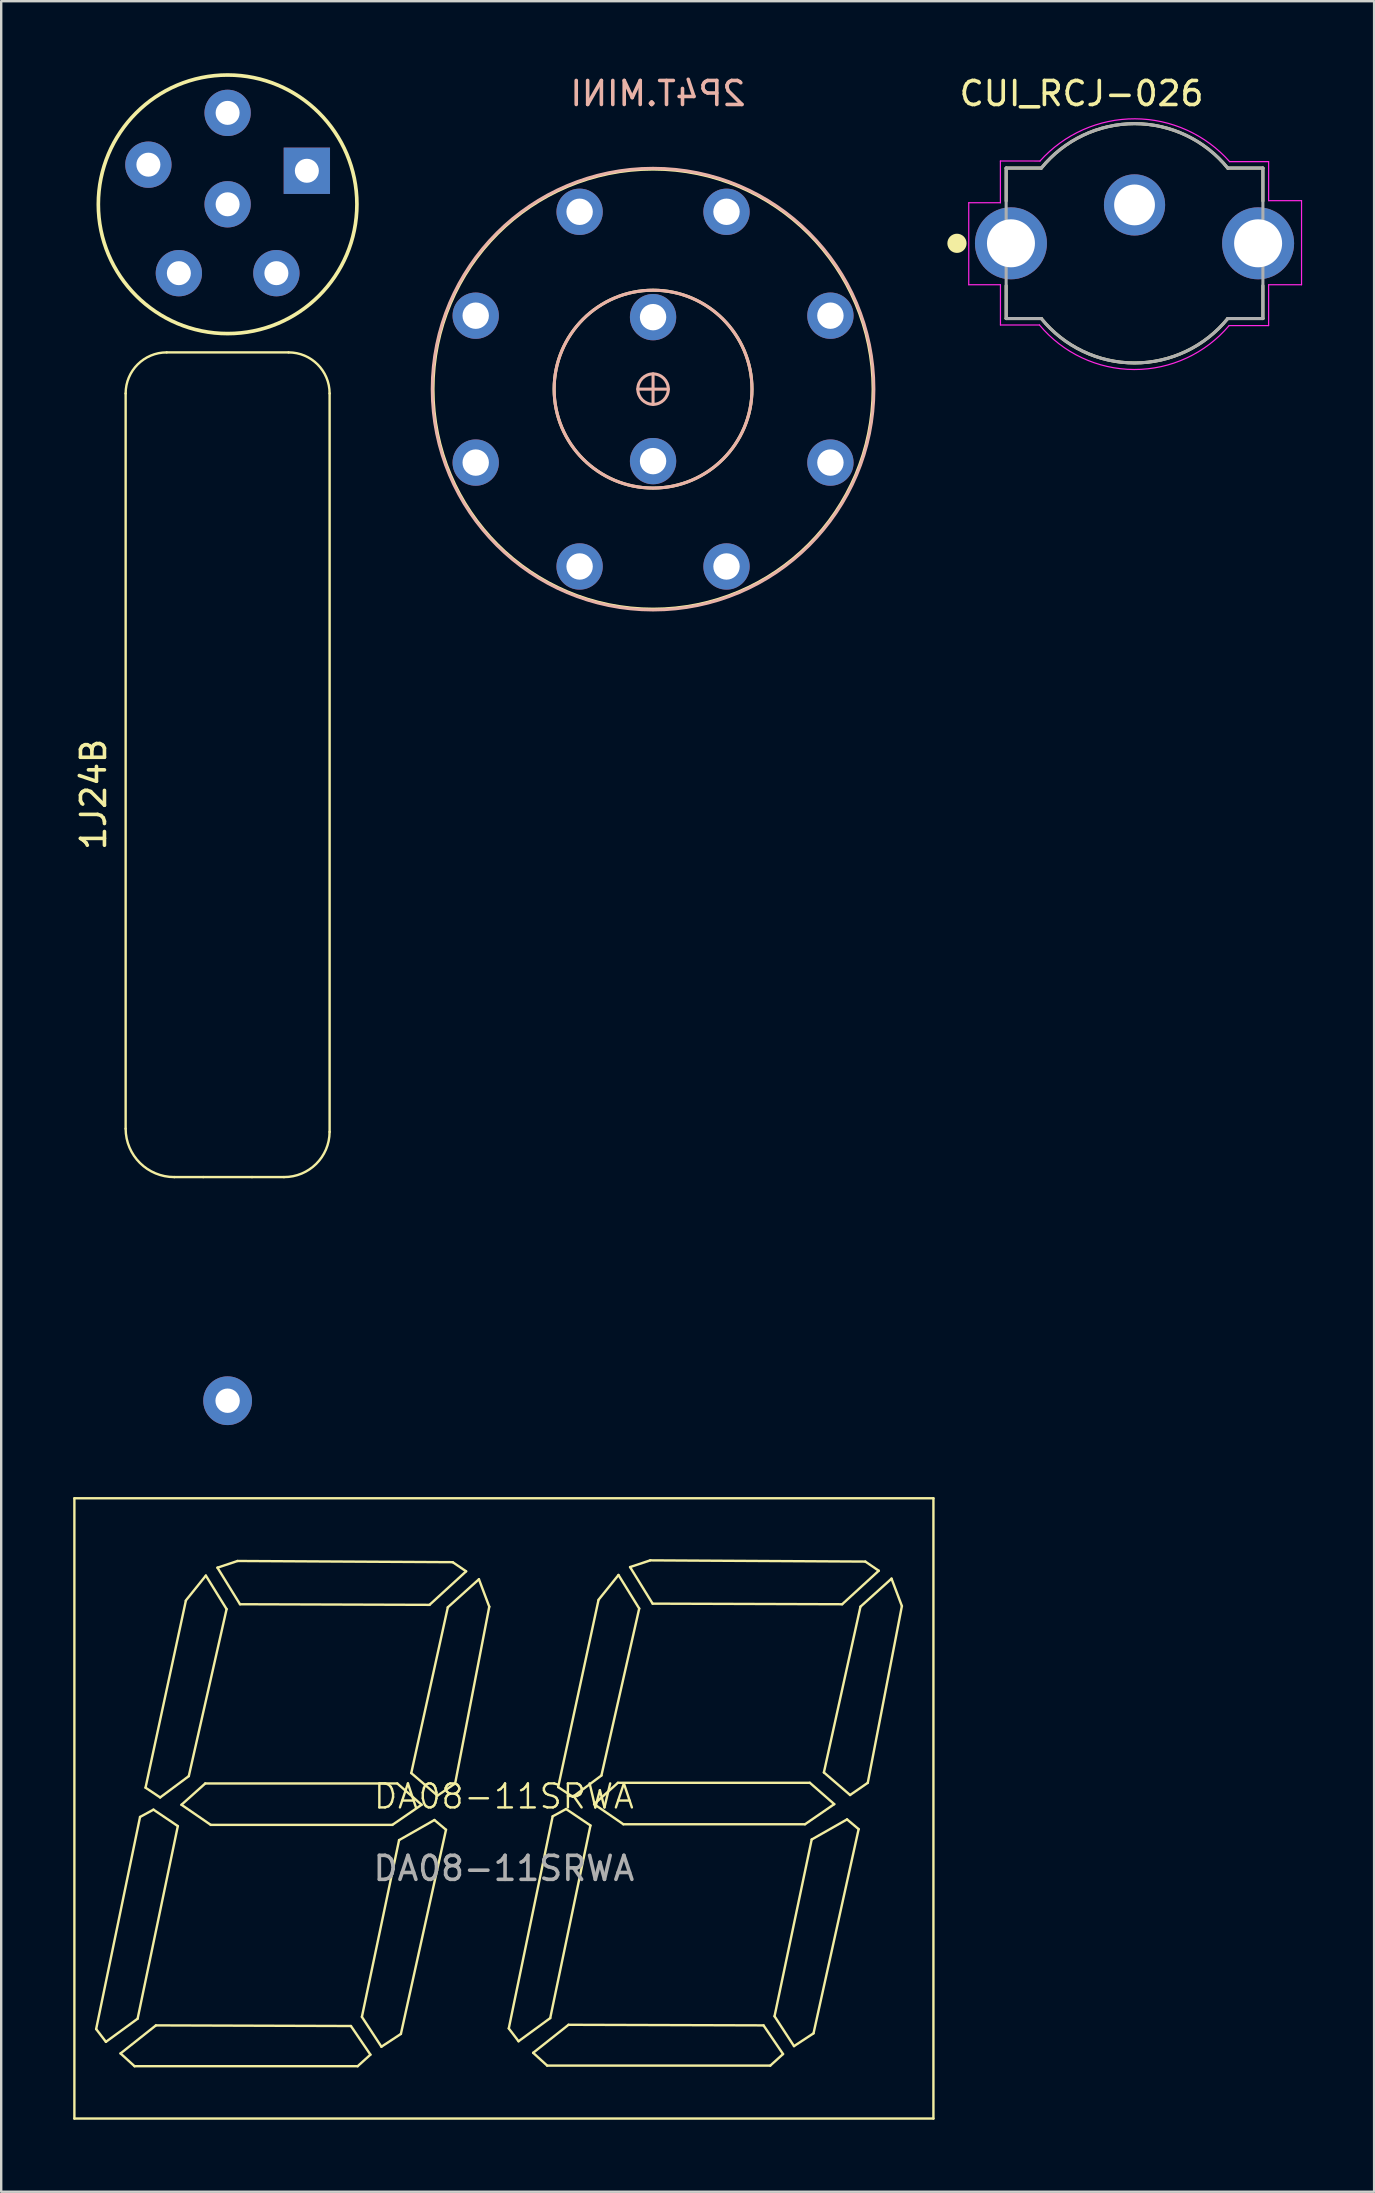
<source format=kicad_pcb>
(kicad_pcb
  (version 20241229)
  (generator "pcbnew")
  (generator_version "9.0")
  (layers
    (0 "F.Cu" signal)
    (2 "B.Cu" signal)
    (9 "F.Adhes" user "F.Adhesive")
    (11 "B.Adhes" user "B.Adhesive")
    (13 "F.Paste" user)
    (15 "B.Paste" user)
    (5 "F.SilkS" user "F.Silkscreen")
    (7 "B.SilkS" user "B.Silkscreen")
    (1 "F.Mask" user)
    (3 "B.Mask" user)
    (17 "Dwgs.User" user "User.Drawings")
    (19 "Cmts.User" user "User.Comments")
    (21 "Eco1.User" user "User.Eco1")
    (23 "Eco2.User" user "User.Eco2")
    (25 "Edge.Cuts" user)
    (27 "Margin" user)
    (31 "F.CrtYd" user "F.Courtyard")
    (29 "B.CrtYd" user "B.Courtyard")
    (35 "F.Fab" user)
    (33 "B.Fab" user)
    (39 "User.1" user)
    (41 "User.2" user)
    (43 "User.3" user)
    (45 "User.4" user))
  (footprint "DA08-11SRWA"
    (layer "F.Cu")
    (at 17.95 72.315)
    (property "Reference" "DA08-11SRWA" (at 0 -0.5 0) (unlocked yes) (layer "F.SilkS") (effects (font (size 1 1) (thickness 0.1))))
    (attr smd)
    (fp_line (start -17.9 -12.925) (end -17.9 12.925) (stroke (width 0.1) (type default)) (layer "F.SilkS"))
    (fp_line (start -17.9 12.925) (end 17.9 12.925) (stroke (width 0.1) (type default)) (layer "F.SilkS"))
    (fp_line (start -16.993 9.195) (end -16.586 9.728) (stroke (width 0.1) (type default)) (layer "F.SilkS"))
    (fp_line (start -16.586 9.728) (end -15.265 8.763) (stroke (width 0.1) (type default)) (layer "F.SilkS"))
    (fp_line (start -15.977 10.211) (end -15.392 10.744) (stroke (width 0.1) (type default)) (layer "F.SilkS"))
    (fp_line (start -15.392 10.744) (end -6.096 10.744) (stroke (width 0.1) (type default)) (layer "F.SilkS"))
    (fp_line (start -15.265 8.763) (end -13.589 0.737) (stroke (width 0.1) (type default)) (layer "F.SilkS"))
    (fp_line (start -15.164 0.356) (end -16.993 9.195) (stroke (width 0.1) (type default)) (layer "F.SilkS"))
    (fp_line (start -14.605 0.051) (end -15.164 0.356) (stroke (width 0.1) (type default)) (layer "F.SilkS"))
    (fp_line (start -14.503 9.042) (end -15.977 10.211) (stroke (width 0.1) (type default)) (layer "F.SilkS"))
    (fp_line (start -14.326 -0.457) (end -14.935 -0.864) (stroke (width 0.1) (type default)) (layer "F.SilkS"))
    (fp_line (start -14.326 -0.457) (end -13.132 -1.346) (stroke (width 0.1) (type default)) (layer "F.SilkS"))
    (fp_line (start -13.589 0.737) (end -14.605 0.051) (stroke (width 0.1) (type default)) (layer "F.SilkS"))
    (fp_line (start -13.437 -0.152) (end -12.446 -1.041) (stroke (width 0.1) (type default)) (layer "F.SilkS"))
    (fp_line (start -13.259 -8.636) (end -14.935 -0.864) (stroke (width 0.1) (type default)) (layer "F.SilkS"))
    (fp_line (start -13.132 -1.346) (end -11.557 -8.306) (stroke (width 0.1) (type default)) (layer "F.SilkS"))
    (fp_line (start -12.446 -1.041) (end -4.445 -1.041) (stroke (width 0.1) (type default)) (layer "F.SilkS"))
    (fp_line (start -12.421 -9.703) (end -13.259 -8.661) (stroke (width 0.1) (type default)) (layer "F.SilkS"))
    (fp_line (start -12.217 0.686) (end -13.437 -0.152) (stroke (width 0.1) (type default)) (layer "F.SilkS"))
    (fp_line (start -11.938 -10.033) (end -10.998 -8.509) (stroke (width 0.1) (type default)) (layer "F.SilkS"))
    (fp_line (start -11.557 -8.306) (end -12.421 -9.703) (stroke (width 0.1) (type default)) (layer "F.SilkS"))
    (fp_line (start -11.1 -10.312) (end -11.938 -10.033) (stroke (width 0.1) (type default)) (layer "F.SilkS"))
    (fp_line (start -10.998 -8.509) (end -3.099 -8.484) (stroke (width 0.1) (type default)) (layer "F.SilkS"))
    (fp_line (start -6.375 9.068) (end -14.503 9.042) (stroke (width 0.1) (type default)) (layer "F.SilkS"))
    (fp_line (start -6.096 10.744) (end -5.563 10.262) (stroke (width 0.1) (type default)) (layer "F.SilkS"))
    (fp_line (start -5.918 8.687) (end -5.105 9.931) (stroke (width 0.1) (type default)) (layer "F.SilkS"))
    (fp_line (start -5.563 10.262) (end -6.375 9.068) (stroke (width 0.1) (type default)) (layer "F.SilkS"))
    (fp_line (start -5.105 9.931) (end -4.293 9.398) (stroke (width 0.1) (type default)) (layer "F.SilkS"))
    (fp_line (start -4.648 0.686) (end -12.217 0.686) (stroke (width 0.1) (type default)) (layer "F.SilkS"))
    (fp_line (start -4.445 -1.041) (end -3.429 -0.152) (stroke (width 0.1) (type default)) (layer "F.SilkS"))
    (fp_line (start -4.369 1.321) (end -5.918 8.687) (stroke (width 0.1) (type default)) (layer "F.SilkS"))
    (fp_line (start -4.293 9.398) (end -2.413 0.889) (stroke (width 0.1) (type default)) (layer "F.SilkS"))
    (fp_line (start -3.861 -1.473) (end -2.769 -0.533) (stroke (width 0.1) (type default)) (layer "F.SilkS"))
    (fp_line (start -3.429 -0.152) (end -4.648 0.686) (stroke (width 0.1) (type default)) (layer "F.SilkS"))
    (fp_line (start -3.099 -8.484) (end -1.575 -9.881) (stroke (width 0.1) (type default)) (layer "F.SilkS"))
    (fp_line (start -2.896 0.483) (end -4.369 1.321) (stroke (width 0.1) (type default)) (layer "F.SilkS"))
    (fp_line (start -2.769 -0.533) (end -2.032 -1.041) (stroke (width 0.1) (type default)) (layer "F.SilkS"))
    (fp_line (start -2.413 0.889) (end -2.896 0.483) (stroke (width 0.1) (type default)) (layer "F.SilkS"))
    (fp_line (start -2.337 -8.382) (end -3.861 -1.473) (stroke (width 0.1) (type default)) (layer "F.SilkS"))
    (fp_line (start -2.134 -10.262) (end -11.1 -10.312) (stroke (width 0.1) (type default)) (layer "F.SilkS"))
    (fp_line (start -2.032 -1.041) (end -0.61 -8.407) (stroke (width 0.1) (type default)) (layer "F.SilkS"))
    (fp_line (start -1.575 -9.881) (end -2.134 -10.262) (stroke (width 0.1) (type default)) (layer "F.SilkS"))
    (fp_line (start -1.041 -9.55) (end -2.337 -8.382) (stroke (width 0.1) (type default)) (layer "F.SilkS"))
    (fp_line (start -0.61 -8.407) (end -1.041 -9.55) (stroke (width 0.1) (type default)) (layer "F.SilkS"))
    (fp_line (start 0.203 9.169) (end 0.61 9.703) (stroke (width 0.1) (type default)) (layer "F.SilkS"))
    (fp_line (start 0.61 9.703) (end 1.93 8.738) (stroke (width 0.1) (type default)) (layer "F.SilkS"))
    (fp_line (start 1.219 10.185) (end 1.803 10.719) (stroke (width 0.1) (type default)) (layer "F.SilkS"))
    (fp_line (start 1.803 10.719) (end 11.1 10.719) (stroke (width 0.1) (type default)) (layer "F.SilkS"))
    (fp_line (start 1.93 8.738) (end 3.607 0.711) (stroke (width 0.1) (type default)) (layer "F.SilkS"))
    (fp_line (start 2.032 0.33) (end 0.203 9.169) (stroke (width 0.1) (type default)) (layer "F.SilkS"))
    (fp_line (start 2.591 0.025) (end 2.032 0.33) (stroke (width 0.1) (type default)) (layer "F.SilkS"))
    (fp_line (start 2.692 9.017) (end 1.219 10.185) (stroke (width 0.1) (type default)) (layer "F.SilkS"))
    (fp_line (start 2.87 -0.483) (end 2.261 -0.889) (stroke (width 0.1) (type default)) (layer "F.SilkS"))
    (fp_line (start 2.87 -0.483) (end 4.064 -1.372) (stroke (width 0.1) (type default)) (layer "F.SilkS"))
    (fp_line (start 3.607 0.711) (end 2.591 0.025) (stroke (width 0.1) (type default)) (layer "F.SilkS"))
    (fp_line (start 3.759 -0.178) (end 4.75 -1.067) (stroke (width 0.1) (type default)) (layer "F.SilkS"))
    (fp_line (start 3.937 -8.661) (end 2.261 -0.889) (stroke (width 0.1) (type default)) (layer "F.SilkS"))
    (fp_line (start 4.064 -1.372) (end 5.639 -8.331) (stroke (width 0.1) (type default)) (layer "F.SilkS"))
    (fp_line (start 4.75 -1.067) (end 12.751 -1.067) (stroke (width 0.1) (type default)) (layer "F.SilkS"))
    (fp_line (start 4.775 -9.728) (end 3.937 -8.687) (stroke (width 0.1) (type default)) (layer "F.SilkS"))
    (fp_line (start 4.978 0.66) (end 3.759 -0.178) (stroke (width 0.1) (type default)) (layer "F.SilkS"))
    (fp_line (start 5.258 -10.058) (end 6.198 -8.534) (stroke (width 0.1) (type default)) (layer "F.SilkS"))
    (fp_line (start 5.639 -8.331) (end 4.775 -9.728) (stroke (width 0.1) (type default)) (layer "F.SilkS"))
    (fp_line (start 6.096 -10.338) (end 5.258 -10.058) (stroke (width 0.1) (type default)) (layer "F.SilkS"))
    (fp_line (start 6.198 -8.534) (end 14.097 -8.509) (stroke (width 0.1) (type default)) (layer "F.SilkS"))
    (fp_line (start 10.82 9.042) (end 2.692 9.017) (stroke (width 0.1) (type default)) (layer "F.SilkS"))
    (fp_line (start 11.1 10.719) (end 11.633 10.236) (stroke (width 0.1) (type default)) (layer "F.SilkS"))
    (fp_line (start 11.278 8.661) (end 12.09 9.906) (stroke (width 0.1) (type default)) (layer "F.SilkS"))
    (fp_line (start 11.633 10.236) (end 10.82 9.042) (stroke (width 0.1) (type default)) (layer "F.SilkS"))
    (fp_line (start 12.09 9.906) (end 12.903 9.373) (stroke (width 0.1) (type default)) (layer "F.SilkS"))
    (fp_line (start 12.548 0.66) (end 4.978 0.66) (stroke (width 0.1) (type default)) (layer "F.SilkS"))
    (fp_line (start 12.751 -1.067) (end 13.767 -0.178) (stroke (width 0.1) (type default)) (layer "F.SilkS"))
    (fp_line (start 12.827 1.295) (end 11.278 8.661) (stroke (width 0.1) (type default)) (layer "F.SilkS"))
    (fp_line (start 12.903 9.373) (end 14.783 0.864) (stroke (width 0.1) (type default)) (layer "F.SilkS"))
    (fp_line (start 13.335 -1.499) (end 14.427 -0.559) (stroke (width 0.1) (type default)) (layer "F.SilkS"))
    (fp_line (start 13.767 -0.178) (end 12.548 0.66) (stroke (width 0.1) (type default)) (layer "F.SilkS"))
    (fp_line (start 14.097 -8.509) (end 15.621 -9.906) (stroke (width 0.1) (type default)) (layer "F.SilkS"))
    (fp_line (start 14.3 0.457) (end 12.827 1.295) (stroke (width 0.1) (type default)) (layer "F.SilkS"))
    (fp_line (start 14.427 -0.559) (end 15.164 -1.067) (stroke (width 0.1) (type default)) (layer "F.SilkS"))
    (fp_line (start 14.783 0.864) (end 14.3 0.457) (stroke (width 0.1) (type default)) (layer "F.SilkS"))
    (fp_line (start 14.859 -8.407) (end 13.335 -1.499) (stroke (width 0.1) (type default)) (layer "F.SilkS"))
    (fp_line (start 15.062 -10.287) (end 6.096 -10.338) (stroke (width 0.1) (type default)) (layer "F.SilkS"))
    (fp_line (start 15.164 -1.067) (end 16.586 -8.433) (stroke (width 0.1) (type default)) (layer "F.SilkS"))
    (fp_line (start 15.621 -9.906) (end 15.062 -10.287) (stroke (width 0.1) (type default)) (layer "F.SilkS"))
    (fp_line (start 16.154 -9.576) (end 14.859 -8.407) (stroke (width 0.1) (type default)) (layer "F.SilkS"))
    (fp_line (start 16.586 -8.433) (end 16.154 -9.576) (stroke (width 0.1) (type default)) (layer "F.SilkS"))
    (fp_line (start 17.9 -12.925) (end -17.9 -12.925) (stroke (width 0.1) (type default)) (layer "F.SilkS"))
    (fp_line (start 17.9 -12.925) (end 17.9 12.925) (stroke (width 0.1) (type default)) (layer "F.SilkS"))
    (fp_text user "${REFERENCE}" (at 0 2.5 0) (unlocked yes) (layer "F.Fab") (effects (font (size 1 1) (thickness 0.15)))))
  (footprint "1J24B"
    (layer "F.Cu")
    (at 6.436 32.464)
    (property "Reference" "1J24B" (at -5.588 0 90) (layer "F.SilkS") (effects (font (size 1 1) (thickness 0.15)) (justify left)))
    (fp_line (start -4.25 -19.118) (end -4.25 11.524) (stroke (width 0.1) (type default)) (layer "F.SilkS"))
    (fp_line (start -2.54 -20.828) (end 2.54 -20.828) (stroke (width 0.1) (type default)) (layer "F.SilkS"))
    (fp_line (start -1.016 13.54) (end -2.22 13.54) (stroke (width 0.1) (type default)) (layer "F.SilkS"))
    (fp_line (start -1.016 13.54) (end 1.016 13.54) (stroke (width 0.1) (type default)) (layer "F.SilkS"))
    (fp_line (start 2.347 13.54) (end 1.016 13.54) (stroke (width 0.1) (type default)) (layer "F.SilkS"))
    (fp_line (start 4.25 -19.118) (end 4.25 11.657) (stroke (width 0.1) (type default)) (layer "F.SilkS"))
    (fp_arc (start -4.25 -19.118) (mid -3.749153 -20.327153) (end -2.54 -20.828) (stroke (width 0.1) (type default)) (layer "F.SilkS"))
    (fp_arc (start -2.220267 13.54) (mid -3.652577 12.952577) (end -4.25 11.524409) (stroke (width 0.1) (type default)) (layer "F.SilkS"))
    (fp_arc (start 2.54 -20.828) (mid 3.749153 -20.327153) (end 4.25 -19.118) (stroke (width 0.1) (type default)) (layer "F.SilkS"))
    (fp_arc (start 4.25 11.656847) (mid 3.688438 12.99258) (end 2.346847 13.54) (stroke (width 0.1) (type default)) (layer "F.SilkS"))
    (fp_circle (center 0 -27) (end 5.388 -27) (stroke (width 0.152) (type solid)) (fill no) (layer "F.SilkS"))
    (pad "1" thru_hole rect (at 3.302 -28.397) (size 1.93 1.93) (drill 1) (layers "*.Cu" "*.Mask"))
    (pad "2" thru_hole circle (at 0 -30.81) (size 1.93 1.93) (drill 1) (layers "*.Cu" "*.Mask"))
    (pad "3" thru_hole circle (at -3.302 -28.651) (size 1.93 1.93) (drill 1) (layers "*.Cu" "*.Mask"))
    (pad "4" thru_hole circle (at -2.032 -24.13) (size 1.93 1.93) (drill 1) (layers "*.Cu" "*.Mask"))
    (pad "5" thru_hole circle (at 2.032 -24.13) (size 1.93 1.93) (drill 1) (layers "*.Cu" "*.Mask"))
    (pad "6" thru_hole circle (at 0 -27) (size 1.93 1.93) (drill 1) (layers "*.Cu" "*.Mask"))
    (pad "7" thru_hole circle (at 0 22.86) (size 2.032 2.032) (drill 1.016) (layers "*.Cu" "*.Mask")))
  (footprint "2P4T.MINI"
    (layer "F.Cu")
    (at 24.166 13.167)
    (property "Reference" "2P4T.MINI" (at 0.203 -12.319 0) (layer "B.SilkS") (effects (font (size 1 1) (thickness 0.15)) (justify mirror)))
    (attr through_hole)
    (fp_circle (center 0 0) (end 4.123 0) (stroke (width 0.127) (type solid)) (fill no) (layer "F.SilkS"))
    (fp_circle (center 0 0) (end 9.169 -0.051) (stroke (width 0.127) (type solid)) (fill no) (layer "F.SilkS"))
    (fp_line (start -0.635 0) (end 0.635 0) (stroke (width 0.127) (type solid)) (layer "B.SilkS"))
    (fp_line (start 0 -0.635) (end 0 0.635) (stroke (width 0.127) (type solid)) (layer "B.SilkS"))
    (fp_circle (center 0 0) (end 0.635 0) (stroke (width 0.127) (type solid)) (fill no) (layer "B.SilkS"))
    (fp_circle (center 0 0) (end 4.123 0) (stroke (width 0.127) (type solid)) (fill no) (layer "B.SilkS"))
    (fp_circle (center 0 0) (end 9.195 -0.356) (stroke (width 0.127) (type solid)) (fill no) (layer "B.SilkS"))
    (pad "1" thru_hole oval (at 0 -3) (size 1.93 1.93) (drill 1.1) (layers "*.Cu" "*.Mask"))
    (pad "2" thru_hole oval (at 7.391 -3.061 22.5) (size 1.93 1.93) (drill 1.1) (layers "*.Cu" "*.Mask"))
    (pad "3" thru_hole oval (at 3.061 -7.391 337.5) (size 1.93 1.93) (drill 1.1) (layers "*.Cu" "*.Mask"))
    (pad "4" thru_hole oval (at -3.061 -7.391 22.5) (size 1.93 1.93) (drill 1.1) (layers "*.Cu" "*.Mask"))
    (pad "5" thru_hole oval (at -7.391 -3.061 67.5) (size 1.93 1.93) (drill 1.1) (layers "*.Cu" "*.Mask"))
    (pad "6" thru_hole oval (at 0 3) (size 1.93 1.93) (drill 1.1) (layers "*.Cu" "*.Mask"))
    (pad "7" thru_hole oval (at -7.391 3.061 22.5) (size 1.93 1.93) (drill 1.1) (layers "*.Cu" "*.Mask"))
    (pad "8" thru_hole oval (at -3.061 7.391 157.5) (size 1.93 1.93) (drill 1.1) (layers "*.Cu" "*.Mask"))
    (pad "9" thru_hole oval (at 3.061 7.391 22.5) (size 1.93 1.93) (drill 1.1) (layers "*.Cu" "*.Mask"))
    (pad "10" thru_hole oval (at 7.391 3.061 247.5) (size 1.93 1.93) (drill 1.1) (layers "*.Cu" "*.Mask")))
  (footprint "CUI_RCJ-026"
    (layer "F.Cu")
    (at 44.231 7.09)
    (property "Reference" "CUI_RCJ-026" (at -2.207 -6.241 0) (layer "F.SilkS") (effects (font (size 1.001 1.001) (thickness 0.15))))
    (attr through_hole)
    (fp_line (start -5.35 -3.135) (end -5.35 -1.765) (stroke (width 0.127) (type solid)) (layer "F.SilkS"))
    (fp_line (start -5.35 1.765) (end -5.35 3.135) (stroke (width 0.127) (type solid)) (layer "F.SilkS"))
    (fp_line (start -3.884 -3.135) (end -5.35 -3.135) (stroke (width 0.127) (type solid)) (layer "F.SilkS"))
    (fp_line (start -3.884 3.135) (end -5.35 3.135) (stroke (width 0.127) (type solid)) (layer "F.SilkS"))
    (fp_line (start 5.35 -3.135) (end 3.884 -3.135) (stroke (width 0.127) (type solid)) (layer "F.SilkS"))
    (fp_line (start 5.35 -3.135) (end 5.35 -1.765) (stroke (width 0.127) (type solid)) (layer "F.SilkS"))
    (fp_line (start 5.35 1.765) (end 5.35 3.135) (stroke (width 0.127) (type solid)) (layer "F.SilkS"))
    (fp_line (start 5.35 3.135) (end 3.884 3.135) (stroke (width 0.127) (type solid)) (layer "F.SilkS"))
    (fp_arc (start -3.884 -3.135) (mid 0 -4.986221) (end 3.884 -3.135) (stroke (width 0.127) (type solid)) (layer "F.SilkS"))
    (fp_arc (start 3.884 3.135) (mid 0 4.986221) (end -3.884 3.135) (stroke (width 0.127) (type solid)) (layer "F.SilkS"))
    (fp_circle (center -7.4 0) (end -7.2 0) (stroke (width 0.4) (type solid)) (fill no) (layer "F.SilkS"))
    (fp_line (start -6.909 -1.69) (end -5.59 -1.69) (stroke (width 0.05) (type default)) (layer "F.CrtYd"))
    (fp_line (start -6.909 1.727) (end -6.909 -1.69) (stroke (width 0.05) (type default)) (layer "F.CrtYd"))
    (fp_line (start -5.59 -3.43) (end -3.94 -3.429) (stroke (width 0.05) (type default)) (layer "F.CrtYd"))
    (fp_line (start -5.59 -1.69) (end -5.59 -3.43) (stroke (width 0.05) (type default)) (layer "F.CrtYd"))
    (fp_line (start -5.588 1.727) (end -6.909 1.727) (stroke (width 0.05) (type default)) (layer "F.CrtYd"))
    (fp_line (start -5.588 3.404) (end -5.588 1.727) (stroke (width 0.05) (type default)) (layer "F.CrtYd"))
    (fp_line (start -3.962 3.404) (end -5.588 3.404) (stroke (width 0.05) (type default)) (layer "F.CrtYd"))
    (fp_line (start 3.962 -3.404) (end 5.588 -3.404) (stroke (width 0.05) (type default)) (layer "F.CrtYd"))
    (fp_line (start 5.588 -3.404) (end 5.588 -1.778) (stroke (width 0.05) (type default)) (layer "F.CrtYd"))
    (fp_line (start 5.588 -1.778) (end 6.96 -1.778) (stroke (width 0.05) (type default)) (layer "F.CrtYd"))
    (fp_line (start 5.588 1.727) (end 5.588 3.429) (stroke (width 0.05) (type default)) (layer "F.CrtYd"))
    (fp_line (start 5.588 3.429) (end 3.941 3.429) (stroke (width 0.05) (type default)) (layer "F.CrtYd"))
    (fp_line (start 6.96 -1.778) (end 6.96 1.727) (stroke (width 0.05) (type default)) (layer "F.CrtYd"))
    (fp_line (start 6.96 1.727) (end 5.588 1.727) (stroke (width 0.05) (type default)) (layer "F.CrtYd"))
    (fp_arc (start -3.939855 -3.42892) (mid 0.016951 -5.18865) (end 3.962399 -3.403599) (stroke (width 0.05) (type default)) (layer "F.CrtYd"))
    (fp_arc (start 3.941337 3.428712) (mid -0.016388 5.259462) (end -3.9624 3.4036) (stroke (width 0.05) (type default)) (layer "F.CrtYd"))
    (fp_line (start -5.35 -3.135) (end -5.35 3.135) (stroke (width 0.127) (type solid)) (layer "F.Fab"))
    (fp_line (start -3.884 -3.135) (end -5.35 -3.135) (stroke (width 0.127) (type solid)) (layer "F.Fab"))
    (fp_line (start -3.884 3.135) (end -5.35 3.135) (stroke (width 0.127) (type solid)) (layer "F.Fab"))
    (fp_line (start 5.35 -3.135) (end 3.884 -3.135) (stroke (width 0.127) (type solid)) (layer "F.Fab"))
    (fp_line (start 5.35 3.135) (end 3.884 3.135) (stroke (width 0.127) (type solid)) (layer "F.Fab"))
    (fp_line (start 5.35 3.135) (end 5.35 -3.135) (stroke (width 0.127) (type solid)) (layer "F.Fab"))
    (fp_arc (start -3.884 -3.135) (mid 0 -4.986221) (end 3.884 -3.135) (stroke (width 0.127) (type solid)) (layer "F.Fab"))
    (fp_arc (start 3.884 3.135) (mid 0 4.986221) (end -3.884 3.135) (stroke (width 0.127) (type solid)) (layer "F.Fab"))
    (pad "1" thru_hole circle (at 0 -1.6) (size 2.55 2.55) (drill 1.7) (layers "*.Cu" "*.Mask"))
    (pad "2" thru_hole circle (at -5.15 0) (size 3 3) (drill 2) (layers "*.Cu" "*.Mask"))
    (pad "2" thru_hole circle (at 5.15 0) (size 3 3) (drill 2) (layers "*.Cu" "*.Mask")))
  (gr_rect
    (start -3 -3)
    (end 54.216 88.29)
    (stroke (width 0.1) (type default))
    (fill no)
    (layer "Edge.Cuts")))
</source>
